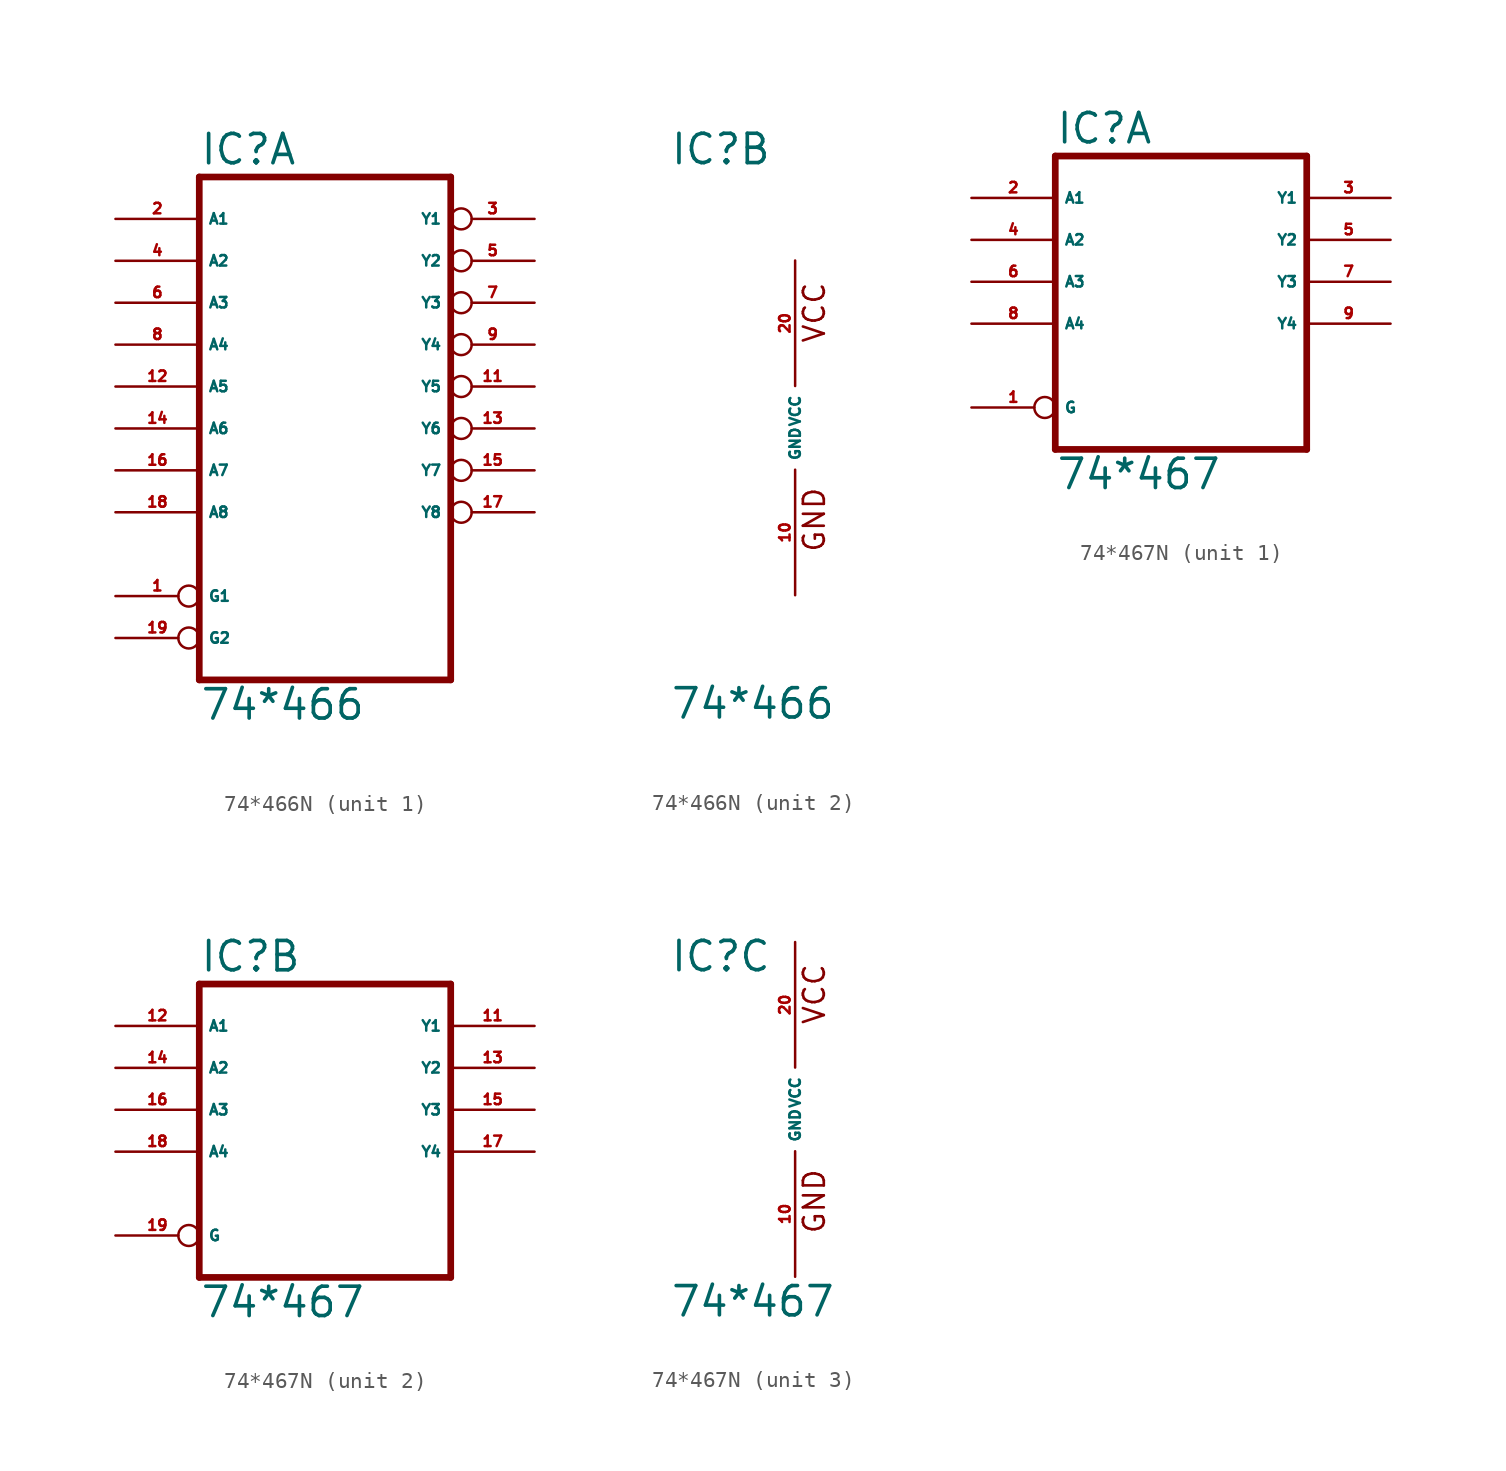
<source format=kicad_sym>
(kicad_symbol_lib
  (version 20220914)
  (generator Eagle2Kicad)
  (symbol "74*466N"
    (property "Reference" "IC"
      (at -7.62 15.875 0)
      (effects (font (size 1.778 1.778) (thickness 0.22)) (justify left bottom)))
    (property "Value" "74*466"
      (at -7.62 -17.78 0)
      (effects (font (size 1.778 1.778) (thickness 0.22)) (justify left bottom)))
    (symbol "74*466N_1_0"
      (polyline (pts (xy -7.62 -15.24) (xy 7.62 -15.24)) (stroke (width 0.406) (type default)) (fill (type none)))
      (polyline (pts (xy 7.62 -15.24) (xy 7.62 15.24)) (stroke (width 0.406) (type default)) (fill (type none)))
      (polyline (pts (xy 7.62 15.24) (xy -7.62 15.24)) (stroke (width 0.406) (type default)) (fill (type none)))
      (polyline (pts (xy -7.62 15.24) (xy -7.62 -15.24)) (stroke (width 0.406) (type default)) (fill (type none)))
      (pin input inverted (at -12.7 -10.16 0) (length 5.08) (name "G1" (effects (font (size 0.635 0.635) (thickness 0.08)) (justify left bottom))) (number "1" (effects (font (size 0.635 0.635) (thickness 0.08)) (justify left bottom))))
      (pin input line (at -12.7 12.7 0) (length 5.08) (name "A1" (effects (font (size 0.635 0.635) (thickness 0.08)) (justify left bottom))) (number "2" (effects (font (size 0.635 0.635) (thickness 0.08)) (justify left bottom))))
      (pin tri_state inverted (at 12.7 12.7 180) (length 5.08) (name "Y1" (effects (font (size 0.635 0.635) (thickness 0.08)) (justify left bottom))) (number "3" (effects (font (size 0.635 0.635) (thickness 0.08)) (justify left bottom))))
      (pin input line (at -12.7 10.16 0) (length 5.08) (name "A2" (effects (font (size 0.635 0.635) (thickness 0.08)) (justify left bottom))) (number "4" (effects (font (size 0.635 0.635) (thickness 0.08)) (justify left bottom))))
      (pin tri_state inverted (at 12.7 10.16 180) (length 5.08) (name "Y2" (effects (font (size 0.635 0.635) (thickness 0.08)) (justify left bottom))) (number "5" (effects (font (size 0.635 0.635) (thickness 0.08)) (justify left bottom))))
      (pin input line (at -12.7 7.62 0) (length 5.08) (name "A3" (effects (font (size 0.635 0.635) (thickness 0.08)) (justify left bottom))) (number "6" (effects (font (size 0.635 0.635) (thickness 0.08)) (justify left bottom))))
      (pin tri_state inverted (at 12.7 7.62 180) (length 5.08) (name "Y3" (effects (font (size 0.635 0.635) (thickness 0.08)) (justify left bottom))) (number "7" (effects (font (size 0.635 0.635) (thickness 0.08)) (justify left bottom))))
      (pin input line (at -12.7 5.08 0) (length 5.08) (name "A4" (effects (font (size 0.635 0.635) (thickness 0.08)) (justify left bottom))) (number "8" (effects (font (size 0.635 0.635) (thickness 0.08)) (justify left bottom))))
      (pin tri_state inverted (at 12.7 5.08 180) (length 5.08) (name "Y4" (effects (font (size 0.635 0.635) (thickness 0.08)) (justify left bottom))) (number "9" (effects (font (size 0.635 0.635) (thickness 0.08)) (justify left bottom))))
      (pin tri_state inverted (at 12.7 2.54 180) (length 5.08) (name "Y5" (effects (font (size 0.635 0.635) (thickness 0.08)) (justify left bottom))) (number "11" (effects (font (size 0.635 0.635) (thickness 0.08)) (justify left bottom))))
      (pin input line (at -12.7 2.54 0) (length 5.08) (name "A5" (effects (font (size 0.635 0.635) (thickness 0.08)) (justify left bottom))) (number "12" (effects (font (size 0.635 0.635) (thickness 0.08)) (justify left bottom))))
      (pin tri_state inverted (at 12.7 0 180) (length 5.08) (name "Y6" (effects (font (size 0.635 0.635) (thickness 0.08)) (justify left bottom))) (number "13" (effects (font (size 0.635 0.635) (thickness 0.08)) (justify left bottom))))
      (pin input line (at -12.7 0 0) (length 5.08) (name "A6" (effects (font (size 0.635 0.635) (thickness 0.08)) (justify left bottom))) (number "14" (effects (font (size 0.635 0.635) (thickness 0.08)) (justify left bottom))))
      (pin tri_state inverted (at 12.7 -2.54 180) (length 5.08) (name "Y7" (effects (font (size 0.635 0.635) (thickness 0.08)) (justify left bottom))) (number "15" (effects (font (size 0.635 0.635) (thickness 0.08)) (justify left bottom))))
      (pin input line (at -12.7 -2.54 0) (length 5.08) (name "A7" (effects (font (size 0.635 0.635) (thickness 0.08)) (justify left bottom))) (number "16" (effects (font (size 0.635 0.635) (thickness 0.08)) (justify left bottom))))
      (pin tri_state inverted (at 12.7 -5.08 180) (length 5.08) (name "Y8" (effects (font (size 0.635 0.635) (thickness 0.08)) (justify left bottom))) (number "17" (effects (font (size 0.635 0.635) (thickness 0.08)) (justify left bottom))))
      (pin input line (at -12.7 -5.08 0) (length 5.08) (name "A8" (effects (font (size 0.635 0.635) (thickness 0.08)) (justify left bottom))) (number "18" (effects (font (size 0.635 0.635) (thickness 0.08)) (justify left bottom))))
      (pin input inverted (at -12.7 -12.7 0) (length 5.08) (name "G2" (effects (font (size 0.635 0.635) (thickness 0.08)) (justify left bottom))) (number "19" (effects (font (size 0.635 0.635) (thickness 0.08)) (justify left bottom)))))
    (symbol "74*466N_2_0"
      (text "GND" (at 1.905 -7.62 900) (effects (font (size 1.27 1.27) (thickness 0.16)) (justify left bottom)))
      (text "VCC" (at 1.905 5.08 900) (effects (font (size 1.27 1.27) (thickness 0.16)) (justify left bottom)))
      (pin unspecified line (at 0 -10.16 90) (length 7.62) (name "GND" (effects (font (size 0.635 0.635) (thickness 0.08)) (justify left bottom))) (number "10" (effects (font (size 0.635 0.635) (thickness 0.08)) (justify left bottom))))
      (pin unspecified line (at 0 10.16 270) (length 7.62) (name "VCC" (effects (font (size 0.635 0.635) (thickness 0.08)) (justify left bottom))) (number "20" (effects (font (size 0.635 0.635) (thickness 0.08)) (justify left bottom))))))
  (symbol "74*467N"
    (property "Reference" "IC"
      (at -7.62 8.255 0)
      (effects (font (size 1.778 1.778) (thickness 0.22)) (justify left bottom)))
    (property "Value" "74*467"
      (at -7.62 -12.7 0)
      (effects (font (size 1.778 1.778) (thickness 0.22)) (justify left bottom)))
    (symbol "74*467N_1_0"
      (polyline (pts (xy -7.62 -10.16) (xy 7.62 -10.16)) (stroke (width 0.406) (type default)) (fill (type none)))
      (polyline (pts (xy 7.62 -10.16) (xy 7.62 7.62)) (stroke (width 0.406) (type default)) (fill (type none)))
      (polyline (pts (xy 7.62 7.62) (xy -7.62 7.62)) (stroke (width 0.406) (type default)) (fill (type none)))
      (polyline (pts (xy -7.62 7.62) (xy -7.62 -10.16)) (stroke (width 0.406) (type default)) (fill (type none)))
      (pin input inverted (at -12.7 -7.62 0) (length 5.08) (name "G" (effects (font (size 0.635 0.635) (thickness 0.08)) (justify left bottom))) (number "1" (effects (font (size 0.635 0.635) (thickness 0.08)) (justify left bottom))))
      (pin input line (at -12.7 5.08 0) (length 5.08) (name "A1" (effects (font (size 0.635 0.635) (thickness 0.08)) (justify left bottom))) (number "2" (effects (font (size 0.635 0.635) (thickness 0.08)) (justify left bottom))))
      (pin tri_state line (at 12.7 5.08 180) (length 5.08) (name "Y1" (effects (font (size 0.635 0.635) (thickness 0.08)) (justify left bottom))) (number "3" (effects (font (size 0.635 0.635) (thickness 0.08)) (justify left bottom))))
      (pin input line (at -12.7 2.54 0) (length 5.08) (name "A2" (effects (font (size 0.635 0.635) (thickness 0.08)) (justify left bottom))) (number "4" (effects (font (size 0.635 0.635) (thickness 0.08)) (justify left bottom))))
      (pin tri_state line (at 12.7 2.54 180) (length 5.08) (name "Y2" (effects (font (size 0.635 0.635) (thickness 0.08)) (justify left bottom))) (number "5" (effects (font (size 0.635 0.635) (thickness 0.08)) (justify left bottom))))
      (pin input line (at -12.7 0 0) (length 5.08) (name "A3" (effects (font (size 0.635 0.635) (thickness 0.08)) (justify left bottom))) (number "6" (effects (font (size 0.635 0.635) (thickness 0.08)) (justify left bottom))))
      (pin tri_state line (at 12.7 0 180) (length 5.08) (name "Y3" (effects (font (size 0.635 0.635) (thickness 0.08)) (justify left bottom))) (number "7" (effects (font (size 0.635 0.635) (thickness 0.08)) (justify left bottom))))
      (pin input line (at -12.7 -2.54 0) (length 5.08) (name "A4" (effects (font (size 0.635 0.635) (thickness 0.08)) (justify left bottom))) (number "8" (effects (font (size 0.635 0.635) (thickness 0.08)) (justify left bottom))))
      (pin tri_state line (at 12.7 -2.54 180) (length 5.08) (name "Y4" (effects (font (size 0.635 0.635) (thickness 0.08)) (justify left bottom))) (number "9" (effects (font (size 0.635 0.635) (thickness 0.08)) (justify left bottom)))))
    (symbol "74*467N_2_0"
      (polyline (pts (xy -7.62 -10.16) (xy 7.62 -10.16)) (stroke (width 0.406) (type default)) (fill (type none)))
      (polyline (pts (xy 7.62 -10.16) (xy 7.62 7.62)) (stroke (width 0.406) (type default)) (fill (type none)))
      (polyline (pts (xy 7.62 7.62) (xy -7.62 7.62)) (stroke (width 0.406) (type default)) (fill (type none)))
      (polyline (pts (xy -7.62 7.62) (xy -7.62 -10.16)) (stroke (width 0.406) (type default)) (fill (type none)))
      (pin input inverted (at -12.7 -7.62 0) (length 5.08) (name "G" (effects (font (size 0.635 0.635) (thickness 0.08)) (justify left bottom))) (number "19" (effects (font (size 0.635 0.635) (thickness 0.08)) (justify left bottom))))
      (pin input line (at -12.7 5.08 0) (length 5.08) (name "A1" (effects (font (size 0.635 0.635) (thickness 0.08)) (justify left bottom))) (number "12" (effects (font (size 0.635 0.635) (thickness 0.08)) (justify left bottom))))
      (pin tri_state line (at 12.7 5.08 180) (length 5.08) (name "Y1" (effects (font (size 0.635 0.635) (thickness 0.08)) (justify left bottom))) (number "11" (effects (font (size 0.635 0.635) (thickness 0.08)) (justify left bottom))))
      (pin input line (at -12.7 2.54 0) (length 5.08) (name "A2" (effects (font (size 0.635 0.635) (thickness 0.08)) (justify left bottom))) (number "14" (effects (font (size 0.635 0.635) (thickness 0.08)) (justify left bottom))))
      (pin tri_state line (at 12.7 2.54 180) (length 5.08) (name "Y2" (effects (font (size 0.635 0.635) (thickness 0.08)) (justify left bottom))) (number "13" (effects (font (size 0.635 0.635) (thickness 0.08)) (justify left bottom))))
      (pin input line (at -12.7 0 0) (length 5.08) (name "A3" (effects (font (size 0.635 0.635) (thickness 0.08)) (justify left bottom))) (number "16" (effects (font (size 0.635 0.635) (thickness 0.08)) (justify left bottom))))
      (pin tri_state line (at 12.7 0 180) (length 5.08) (name "Y3" (effects (font (size 0.635 0.635) (thickness 0.08)) (justify left bottom))) (number "15" (effects (font (size 0.635 0.635) (thickness 0.08)) (justify left bottom))))
      (pin input line (at -12.7 -2.54 0) (length 5.08) (name "A4" (effects (font (size 0.635 0.635) (thickness 0.08)) (justify left bottom))) (number "18" (effects (font (size 0.635 0.635) (thickness 0.08)) (justify left bottom))))
      (pin tri_state line (at 12.7 -2.54 180) (length 5.08) (name "Y4" (effects (font (size 0.635 0.635) (thickness 0.08)) (justify left bottom))) (number "17" (effects (font (size 0.635 0.635) (thickness 0.08)) (justify left bottom)))))
    (symbol "74*467N_3_0"
      (text "GND" (at 1.905 -7.62 900) (effects (font (size 1.27 1.27) (thickness 0.16)) (justify left bottom)))
      (text "VCC" (at 1.905 5.08 900) (effects (font (size 1.27 1.27) (thickness 0.16)) (justify left bottom)))
      (pin unspecified line (at 0 -10.16 90) (length 7.62) (name "GND" (effects (font (size 0.635 0.635) (thickness 0.08)) (justify left bottom))) (number "10" (effects (font (size 0.635 0.635) (thickness 0.08)) (justify left bottom))))
      (pin unspecified line (at 0 10.16 270) (length 7.62) (name "VCC" (effects (font (size 0.635 0.635) (thickness 0.08)) (justify left bottom))) (number "20" (effects (font (size 0.635 0.635) (thickness 0.08)) (justify left bottom)))))))
</source>
